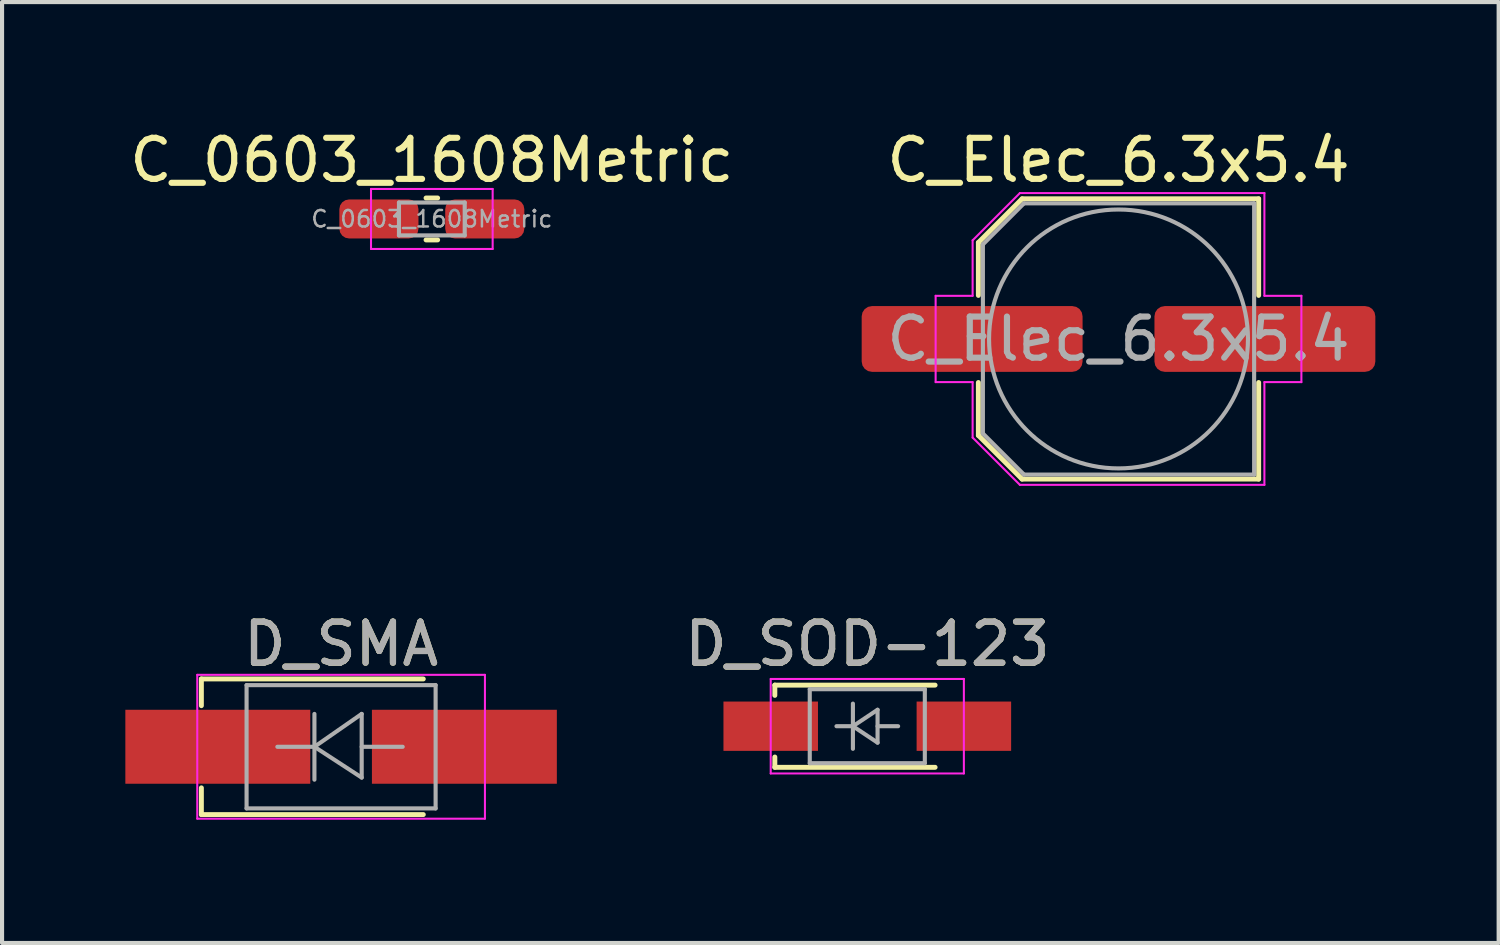
<source format=kicad_pcb>
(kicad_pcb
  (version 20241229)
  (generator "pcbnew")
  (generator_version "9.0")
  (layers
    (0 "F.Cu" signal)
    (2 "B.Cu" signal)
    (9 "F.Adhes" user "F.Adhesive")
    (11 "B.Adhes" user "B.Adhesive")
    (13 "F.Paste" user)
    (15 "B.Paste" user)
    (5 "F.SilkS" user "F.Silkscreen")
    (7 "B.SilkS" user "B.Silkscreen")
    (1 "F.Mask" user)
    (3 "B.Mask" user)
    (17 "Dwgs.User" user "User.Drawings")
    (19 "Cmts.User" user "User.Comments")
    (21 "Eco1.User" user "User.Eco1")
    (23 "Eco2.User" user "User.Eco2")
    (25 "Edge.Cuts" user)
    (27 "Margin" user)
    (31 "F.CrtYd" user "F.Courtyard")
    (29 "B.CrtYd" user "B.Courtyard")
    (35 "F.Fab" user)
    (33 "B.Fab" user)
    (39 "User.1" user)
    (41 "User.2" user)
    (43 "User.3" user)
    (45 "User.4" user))
  (footprint "C_Elec_6.3x5.4"
    (layer "F.Cu")
    (at 24.167 5.198)
    (property "Reference" "C_Elec_6.3x5.4" (at 0 -4.35 0) (layer "F.SilkS") (effects (font (size 1 1) (thickness 0.15))))
    (attr smd)
    (fp_line (start -3.41 -2.346) (end -3.41 -1.06) (stroke (width 0.12) (type solid)) (layer "F.SilkS"))
    (fp_line (start -3.41 -2.346) (end -2.346 -3.41) (stroke (width 0.12) (type solid)) (layer "F.SilkS"))
    (fp_line (start -3.41 2.346) (end -3.41 1.06) (stroke (width 0.12) (type solid)) (layer "F.SilkS"))
    (fp_line (start -3.41 2.346) (end -2.346 3.41) (stroke (width 0.12) (type solid)) (layer "F.SilkS"))
    (fp_line (start -2.346 -3.41) (end 3.41 -3.41) (stroke (width 0.12) (type solid)) (layer "F.SilkS"))
    (fp_line (start -2.346 3.41) (end 3.41 3.41) (stroke (width 0.12) (type solid)) (layer "F.SilkS"))
    (fp_line (start 3.41 -3.41) (end 3.41 -1.06) (stroke (width 0.12) (type solid)) (layer "F.SilkS"))
    (fp_line (start 3.41 3.41) (end 3.41 1.06) (stroke (width 0.12) (type solid)) (layer "F.SilkS"))
    (fp_line (start -4.45 -1.05) (end -4.45 1.05) (stroke (width 0.05) (type solid)) (layer "F.CrtYd"))
    (fp_line (start -4.45 1.05) (end -3.55 1.05) (stroke (width 0.05) (type solid)) (layer "F.CrtYd"))
    (fp_line (start -3.55 -2.4) (end -3.55 -1.05) (stroke (width 0.05) (type solid)) (layer "F.CrtYd"))
    (fp_line (start -3.55 -2.4) (end -2.4 -3.55) (stroke (width 0.05) (type solid)) (layer "F.CrtYd"))
    (fp_line (start -3.55 -1.05) (end -4.45 -1.05) (stroke (width 0.05) (type solid)) (layer "F.CrtYd"))
    (fp_line (start -3.55 1.05) (end -3.55 2.4) (stroke (width 0.05) (type solid)) (layer "F.CrtYd"))
    (fp_line (start -3.55 2.4) (end -2.4 3.55) (stroke (width 0.05) (type solid)) (layer "F.CrtYd"))
    (fp_line (start -2.4 -3.55) (end 3.55 -3.55) (stroke (width 0.05) (type solid)) (layer "F.CrtYd"))
    (fp_line (start -2.4 3.55) (end 3.55 3.55) (stroke (width 0.05) (type solid)) (layer "F.CrtYd"))
    (fp_line (start 3.55 -3.55) (end 3.55 -1.05) (stroke (width 0.05) (type solid)) (layer "F.CrtYd"))
    (fp_line (start 3.55 -1.05) (end 4.45 -1.05) (stroke (width 0.05) (type solid)) (layer "F.CrtYd"))
    (fp_line (start 3.55 1.05) (end 3.55 3.55) (stroke (width 0.05) (type solid)) (layer "F.CrtYd"))
    (fp_line (start 4.45 -1.05) (end 4.45 1.05) (stroke (width 0.05) (type solid)) (layer "F.CrtYd"))
    (fp_line (start 4.45 1.05) (end 3.55 1.05) (stroke (width 0.05) (type solid)) (layer "F.CrtYd"))
    (fp_line (start -3.3 -2.3) (end -3.3 2.3) (stroke (width 0.1) (type solid)) (layer "F.Fab"))
    (fp_line (start -3.3 -2.3) (end -2.3 -3.3) (stroke (width 0.1) (type solid)) (layer "F.Fab"))
    (fp_line (start -3.3 2.3) (end -2.3 3.3) (stroke (width 0.1) (type solid)) (layer "F.Fab"))
    (fp_line (start -2.3 -3.3) (end 3.3 -3.3) (stroke (width 0.1) (type solid)) (layer "F.Fab"))
    (fp_line (start -2.3 3.3) (end 3.3 3.3) (stroke (width 0.1) (type solid)) (layer "F.Fab"))
    (fp_line (start 3.3 -3.3) (end 3.3 3.3) (stroke (width 0.1) (type solid)) (layer "F.Fab"))
    (fp_circle (center 0 0) (end 3.15 0) (stroke (width 0.1) (type solid)) (fill no) (layer "F.Fab"))
    (fp_text user "${REFERENCE}" (at 0 0 0) (layer "F.Fab") (effects (font (size 1 1) (thickness 0.15))))
    (pad "1" smd roundrect (at -3.562 0) (size 5.375 1.6) (layers "F.Cu" "F.Mask" "F.Paste") (roundrect_rratio 0.156))
    (pad "2" smd roundrect (at 3.562 0) (size 5.375 1.6) (layers "F.Cu" "F.Mask" "F.Paste") (roundrect_rratio 0.156)))
  (footprint "C_0603_1608Metric"
    (layer "F.Cu")
    (at 7.458 2.278)
    (property "Reference" "C_0603_1608Metric" (at 0 -1.43 0) (layer "F.SilkS") (effects (font (size 1 1) (thickness 0.15))))
    (attr smd)
    (fp_line (start -0.141 -0.51) (end 0.141 -0.51) (stroke (width 0.12) (type solid)) (layer "F.SilkS"))
    (fp_line (start -0.141 0.51) (end 0.141 0.51) (stroke (width 0.12) (type solid)) (layer "F.SilkS"))
    (fp_line (start -1.48 -0.73) (end 1.48 -0.73) (stroke (width 0.05) (type solid)) (layer "F.CrtYd"))
    (fp_line (start -1.48 0.73) (end -1.48 -0.73) (stroke (width 0.05) (type solid)) (layer "F.CrtYd"))
    (fp_line (start 1.48 -0.73) (end 1.48 0.73) (stroke (width 0.05) (type solid)) (layer "F.CrtYd"))
    (fp_line (start 1.48 0.73) (end -1.48 0.73) (stroke (width 0.05) (type solid)) (layer "F.CrtYd"))
    (fp_line (start -0.8 -0.4) (end 0.8 -0.4) (stroke (width 0.1) (type solid)) (layer "F.Fab"))
    (fp_line (start -0.8 0.4) (end -0.8 -0.4) (stroke (width 0.1) (type solid)) (layer "F.Fab"))
    (fp_line (start 0.8 -0.4) (end 0.8 0.4) (stroke (width 0.1) (type solid)) (layer "F.Fab"))
    (fp_line (start 0.8 0.4) (end -0.8 0.4) (stroke (width 0.1) (type solid)) (layer "F.Fab"))
    (fp_text user "${REFERENCE}" (at 0 0 0) (layer "F.Fab") (effects (font (size 0.4 0.4) (thickness 0.06))))
    (pad "1" smd roundrect (at -1.288 0) (size 1.925 0.95) (layers "F.Cu" "F.Mask" "F.Paste") (roundrect_rratio 0.25))
    (pad "2" smd roundrect (at 1.288 0) (size 1.925 0.95) (layers "F.Cu" "F.Mask" "F.Paste") (roundrect_rratio 0.25)))
  (footprint "D_SOD-123"
    (layer "F.Cu")
    (at 18.054 14.621)
    (property "Reference" "D_SOD-123" (at 0 -2 0) (layer "F.SilkS") (effects (font (size 1 1) (thickness 0.15))))
    (attr smd)
    (fp_line (start -2.25 -1) (end -2.25 -0.75) (stroke (width 0.12) (type solid)) (layer "F.SilkS"))
    (fp_line (start -2.25 -1) (end 1.65 -1) (stroke (width 0.12) (type solid)) (layer "F.SilkS"))
    (fp_line (start -2.25 1) (end -2.25 0.75) (stroke (width 0.12) (type solid)) (layer "F.SilkS"))
    (fp_line (start -2.25 1) (end 1.65 1) (stroke (width 0.12) (type solid)) (layer "F.SilkS"))
    (fp_line (start -2.35 -1.15) (end -2.35 1.15) (stroke (width 0.05) (type solid)) (layer "F.CrtYd"))
    (fp_line (start -2.35 -1.15) (end 2.35 -1.15) (stroke (width 0.05) (type solid)) (layer "F.CrtYd"))
    (fp_line (start 2.35 -1.15) (end 2.35 1.15) (stroke (width 0.05) (type solid)) (layer "F.CrtYd"))
    (fp_line (start 2.35 1.15) (end -2.35 1.15) (stroke (width 0.05) (type solid)) (layer "F.CrtYd"))
    (fp_line (start -1.4 -0.9) (end 1.4 -0.9) (stroke (width 0.1) (type solid)) (layer "F.Fab"))
    (fp_line (start -1.4 0.9) (end -1.4 -0.9) (stroke (width 0.1) (type solid)) (layer "F.Fab"))
    (fp_line (start -0.75 0) (end -0.35 0) (stroke (width 0.1) (type solid)) (layer "F.Fab"))
    (fp_line (start -0.35 0) (end -0.35 -0.55) (stroke (width 0.1) (type solid)) (layer "F.Fab"))
    (fp_line (start -0.35 0) (end -0.35 0.55) (stroke (width 0.1) (type solid)) (layer "F.Fab"))
    (fp_line (start -0.35 0) (end 0.25 -0.4) (stroke (width 0.1) (type solid)) (layer "F.Fab"))
    (fp_line (start 0.25 -0.4) (end 0.25 0.4) (stroke (width 0.1) (type solid)) (layer "F.Fab"))
    (fp_line (start 0.25 0) (end 0.75 0) (stroke (width 0.1) (type solid)) (layer "F.Fab"))
    (fp_line (start 0.25 0.4) (end -0.35 0) (stroke (width 0.1) (type solid)) (layer "F.Fab"))
    (fp_line (start 1.4 -0.9) (end 1.4 0.9) (stroke (width 0.1) (type solid)) (layer "F.Fab"))
    (fp_line (start 1.4 0.9) (end -1.4 0.9) (stroke (width 0.1) (type solid)) (layer "F.Fab"))
    (fp_text user "${REFERENCE}" (at 0 -2 0) (layer "F.Fab") (effects (font (size 1 1) (thickness 0.15))))
    (pad "1" smd rect (at -2.35 0) (size 2.3 1.2) (layers "F.Cu" "F.Mask" "F.Paste"))
    (pad "2" smd rect (at 2.35 0) (size 2.3 1.2) (layers "F.Cu" "F.Mask" "F.Paste")))
  (footprint "D_SMA"
    (layer "F.Cu")
    (at 5.25 15.121)
    (property "Reference" "D_SMA" (at 0 -2.5 0) (layer "F.SilkS") (effects (font (size 1 1) (thickness 0.15))))
    (attr smd)
    (fp_line (start -3.4 -1.65) (end -3.4 -1) (stroke (width 0.12) (type solid)) (layer "F.SilkS"))
    (fp_line (start -3.4 -1.65) (end 2 -1.65) (stroke (width 0.12) (type solid)) (layer "F.SilkS"))
    (fp_line (start -3.4 1.65) (end -3.4 1) (stroke (width 0.12) (type solid)) (layer "F.SilkS"))
    (fp_line (start -3.4 1.65) (end 2 1.65) (stroke (width 0.12) (type solid)) (layer "F.SilkS"))
    (fp_line (start -3.5 -1.75) (end 3.5 -1.75) (stroke (width 0.05) (type solid)) (layer "F.CrtYd"))
    (fp_line (start -3.5 1.75) (end -3.5 -1.75) (stroke (width 0.05) (type solid)) (layer "F.CrtYd"))
    (fp_line (start 3.5 -1.75) (end 3.5 1.75) (stroke (width 0.05) (type solid)) (layer "F.CrtYd"))
    (fp_line (start 3.5 1.75) (end -3.5 1.75) (stroke (width 0.05) (type solid)) (layer "F.CrtYd"))
    (fp_line (start -2.3 1.5) (end -2.3 -1.5) (stroke (width 0.1) (type solid)) (layer "F.Fab"))
    (fp_line (start -0.649 -0.799) (end -0.649 0.801) (stroke (width 0.1) (type solid)) (layer "F.Fab"))
    (fp_line (start -0.649 0.001) (end -1.551 0.001) (stroke (width 0.1) (type solid)) (layer "F.Fab"))
    (fp_line (start -0.649 0.001) (end 0.501 -0.799) (stroke (width 0.1) (type solid)) (layer "F.Fab"))
    (fp_line (start -0.649 0.001) (end 0.501 0.75) (stroke (width 0.1) (type solid)) (layer "F.Fab"))
    (fp_line (start 0.501 0.001) (end 1.499 0.001) (stroke (width 0.1) (type solid)) (layer "F.Fab"))
    (fp_line (start 0.501 0.75) (end 0.501 -0.799) (stroke (width 0.1) (type solid)) (layer "F.Fab"))
    (fp_line (start 2.3 -1.5) (end -2.3 -1.5) (stroke (width 0.1) (type solid)) (layer "F.Fab"))
    (fp_line (start 2.3 -1.5) (end 2.3 1.5) (stroke (width 0.1) (type solid)) (layer "F.Fab"))
    (fp_line (start 2.3 1.5) (end -2.3 1.5) (stroke (width 0.1) (type solid)) (layer "F.Fab"))
    (fp_text user "${REFERENCE}" (at 0 -2.5 0) (layer "F.Fab") (effects (font (size 1 1) (thickness 0.15))))
    (pad "1" smd rect (at -3 0) (size 4.5 1.8) (layers "F.Cu" "F.Mask" "F.Paste"))
    (pad "2" smd rect (at 3 0) (size 4.5 1.8) (layers "F.Cu" "F.Mask" "F.Paste")))
  (gr_rect
    (start -3 -3)
    (end 33.417 19.896)
    (stroke (width 0.1) (type default))
    (fill no)
    (layer "Edge.Cuts")))
</source>
